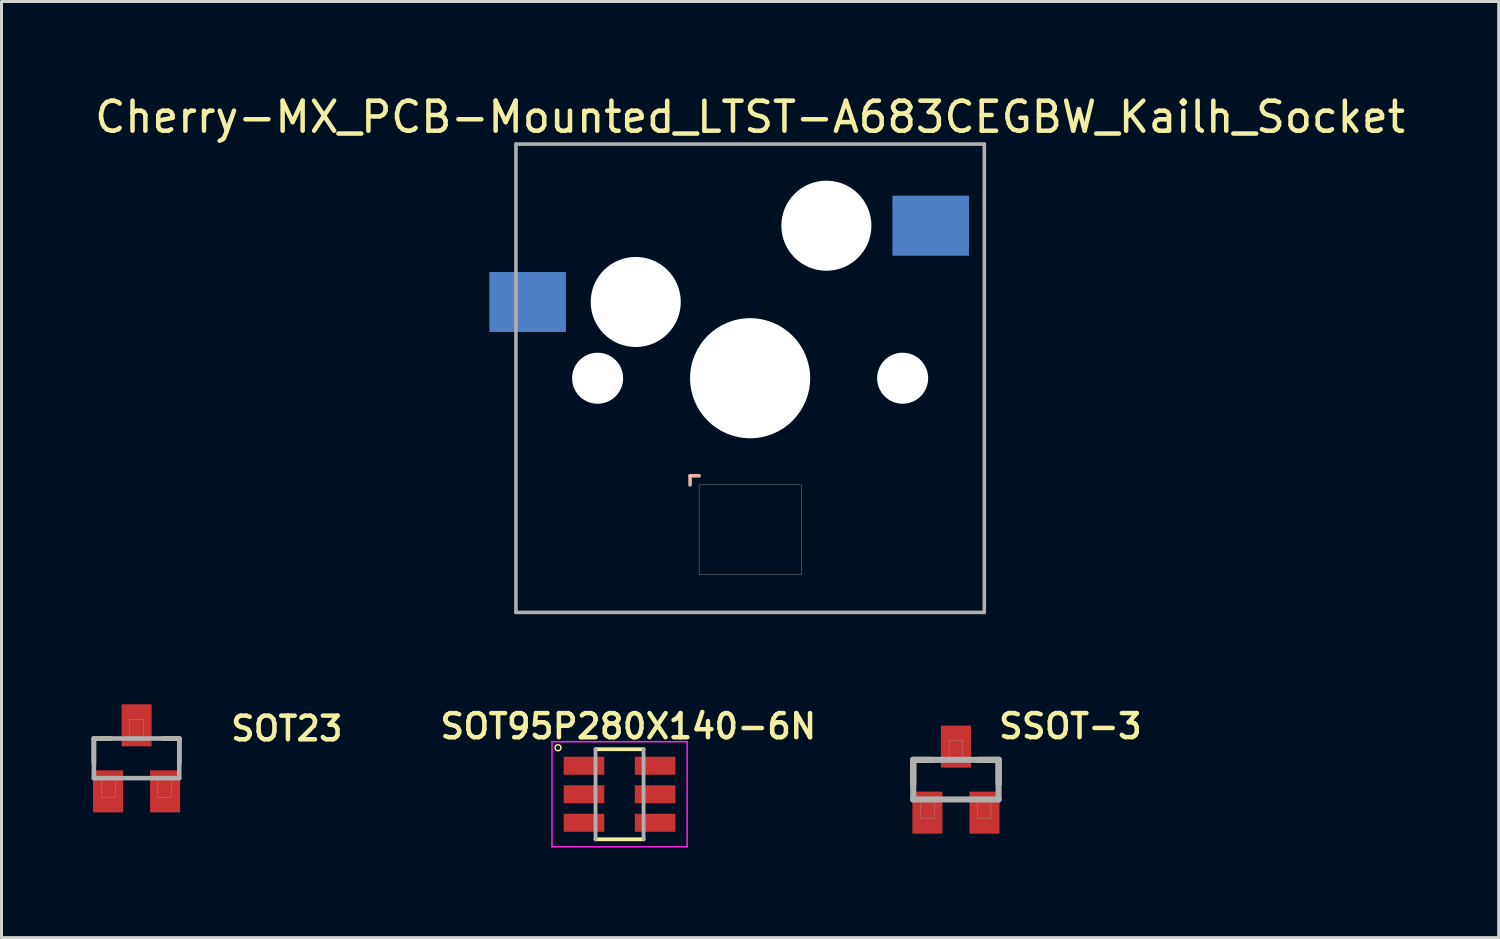
<source format=kicad_pcb>
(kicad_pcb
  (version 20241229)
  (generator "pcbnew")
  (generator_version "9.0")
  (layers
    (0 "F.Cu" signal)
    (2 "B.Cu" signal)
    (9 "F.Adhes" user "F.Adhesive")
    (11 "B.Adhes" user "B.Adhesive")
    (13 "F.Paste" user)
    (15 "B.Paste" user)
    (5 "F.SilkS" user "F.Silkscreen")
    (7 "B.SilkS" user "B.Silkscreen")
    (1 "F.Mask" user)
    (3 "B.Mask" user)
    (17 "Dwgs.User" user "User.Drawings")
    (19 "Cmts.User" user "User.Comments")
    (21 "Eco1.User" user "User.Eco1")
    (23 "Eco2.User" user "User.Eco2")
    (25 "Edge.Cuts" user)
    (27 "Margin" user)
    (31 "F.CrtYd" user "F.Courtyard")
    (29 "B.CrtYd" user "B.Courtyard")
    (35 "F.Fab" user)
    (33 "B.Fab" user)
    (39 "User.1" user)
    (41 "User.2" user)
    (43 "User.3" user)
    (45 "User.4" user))
  (footprint "Cherry-MX_PCB-Mounted_LTST-A683CEGBW_Kailh_Socket"
    (layer "F.Cu")
    (at 21.935 9.548)
    (property "Reference" "Cherry-MX_PCB-Mounted_LTST-A683CEGBW_Kailh_Socket" (at 0 -8.7 0) (layer "F.SilkS") (effects (font (size 1 1) (thickness 0.15))))
    (attr through_hole)
    (fp_line (start -2 3.25) (end -2 3.55) (stroke (width 0.12) (type solid)) (layer "B.SilkS"))
    (fp_line (start -1.7 3.25) (end -2 3.25) (stroke (width 0.12) (type solid)) (layer "B.SilkS"))
    (fp_poly (pts (xy 1.7 6.55) (xy -1.7 6.55) (xy -1.7 3.55) (xy 1.7 3.55)) (stroke (width 0.01) (type solid)) (fill no) (layer "Edge.Cuts"))
    (fp_line (start -7.8 -7.8) (end 7.8 -7.8) (stroke (width 0.12) (type solid)) (layer "F.Fab"))
    (fp_line (start -7.8 7.8) (end -7.8 -7.8) (stroke (width 0.12) (type solid)) (layer "F.Fab"))
    (fp_line (start 7.8 7.8) (end -7.8 7.8) (stroke (width 0.12) (type solid)) (layer "F.Fab"))
    (fp_line (start 7.8 7.8) (end 7.8 -7.8) (stroke (width 0.12) (type solid)) (layer "F.Fab"))
    (pad "" np_thru_hole circle (at -5.08 0) (size 1.7 1.7) (drill 1.7) (layers "*.Cu" "*.Mask"))
    (pad "" np_thru_hole circle (at -3.81 -2.54) (size 3 3) (drill 3) (layers "*.Cu" "*.Mask"))
    (pad "" np_thru_hole circle (at 0 0) (size 4 4) (drill 4) (layers "*.Cu" "*.Mask"))
    (pad "" np_thru_hole circle (at 2.54 -5.08) (size 3 3) (drill 3) (layers "*.Cu" "*.Mask"))
    (pad "" np_thru_hole circle (at 5.08 0) (size 1.7 1.7) (drill 1.7) (layers "*.Cu" "*.Mask"))
    (pad "1" smd rect (at 6.015 -5.08) (size 2.55 2) (layers "B.Cu" "B.Mask" "B.Paste"))
    (pad "2" smd rect (at -7.41 -2.54) (size 2.55 2) (layers "B.Cu" "B.Mask" "B.Paste")))
  (footprint "SSOT-3"
    (layer "F.Cu")
    (at 28.79 22.918)
    (property "Reference" "SSOT-3" (at 3.812 -1.779 0) (layer "F.SilkS") (effects (font (size 0.8 0.8) (thickness 0.15))))
    (attr smd)
    (fp_line (start -1.422 -0.66) (end -0.764 -0.66) (stroke (width 0.203) (type solid)) (layer "F.SilkS"))
    (fp_line (start -1.422 0.152) (end -1.422 -0.66) (stroke (width 0.203) (type solid)) (layer "F.SilkS"))
    (fp_line (start 0.764 -0.66) (end 1.422 -0.66) (stroke (width 0.203) (type solid)) (layer "F.SilkS"))
    (fp_line (start 1.422 -0.66) (end 1.422 0.152) (stroke (width 0.203) (type solid)) (layer "F.SilkS"))
    (fp_line (start -1.422 -0.66) (end 1.422 -0.66) (stroke (width 0.203) (type solid)) (layer "F.Fab"))
    (fp_line (start -1.422 0.66) (end -1.422 -0.66) (stroke (width 0.203) (type solid)) (layer "F.Fab"))
    (fp_line (start 1.422 -0.66) (end 1.422 0.66) (stroke (width 0.203) (type solid)) (layer "F.Fab"))
    (fp_line (start 1.422 0.66) (end -1.422 0.66) (stroke (width 0.203) (type solid)) (layer "F.Fab"))
    (fp_poly (pts (xy -1.169 0.711) (xy -0.711 0.711) (xy -0.711 1.296) (xy -1.169 1.296)) (stroke (width 0.01) (type solid)) (fill no) (layer "F.Fab"))
    (fp_poly (pts (xy -0.229 -1.295) (xy 0.229 -1.295) (xy 0.229 -0.712) (xy -0.229 -0.712)) (stroke (width 0.01) (type solid)) (fill no) (layer "F.Fab"))
    (fp_poly (pts (xy 0.712 0.711) (xy 1.168 0.711) (xy 1.168 1.296) (xy 0.712 1.296)) (stroke (width 0.01) (type solid)) (fill no) (layer "F.Fab"))
    (pad "1" smd rect (at -0.95 1.1) (size 1 1.4) (layers "F.Cu" "F.Mask" "F.Paste"))
    (pad "2" smd rect (at 0.95 1.1) (size 1 1.4) (layers "F.Cu" "F.Mask" "F.Paste"))
    (pad "3" smd rect (at 0 -1.1) (size 1 1.4) (layers "F.Cu" "F.Mask" "F.Paste")))
  (footprint "SOT23"
    (layer "F.Cu")
    (at 1.499 22.208)
    (property "Reference" "SOT23" (at 5.004 -0.991 0) (layer "F.SilkS") (effects (font (size 0.788 0.788) (thickness 0.15))))
    (attr smd)
    (fp_line (start -1.422 -0.66) (end -0.864 -0.66) (stroke (width 0.152) (type solid)) (layer "F.SilkS"))
    (fp_line (start -1.422 0.152) (end -1.422 -0.66) (stroke (width 0.152) (type solid)) (layer "F.SilkS"))
    (fp_line (start 0.864 -0.66) (end 1.422 -0.66) (stroke (width 0.152) (type solid)) (layer "F.SilkS"))
    (fp_line (start 1.422 -0.66) (end 1.422 0.152) (stroke (width 0.152) (type solid)) (layer "F.SilkS"))
    (fp_line (start -1.422 -0.66) (end 1.422 -0.66) (stroke (width 0.152) (type solid)) (layer "F.Fab"))
    (fp_line (start -1.422 0.66) (end -1.422 -0.66) (stroke (width 0.152) (type solid)) (layer "F.Fab"))
    (fp_line (start 1.422 -0.66) (end 1.422 0.66) (stroke (width 0.152) (type solid)) (layer "F.Fab"))
    (fp_line (start 1.422 0.66) (end -1.422 0.66) (stroke (width 0.152) (type solid)) (layer "F.Fab"))
    (fp_poly (pts (xy -1.17 0.711) (xy -0.711 0.711) (xy -0.711 1.297) (xy -1.17 1.297)) (stroke (width 0.01) (type solid)) (fill no) (layer "F.Fab"))
    (fp_poly (pts (xy -0.229 -1.295) (xy 0.229 -1.295) (xy 0.229 -0.712) (xy -0.229 -0.712)) (stroke (width 0.01) (type solid)) (fill no) (layer "F.Fab"))
    (fp_poly (pts (xy 0.711 0.711) (xy 1.168 0.711) (xy 1.168 1.296) (xy 0.711 1.296)) (stroke (width 0.01) (type solid)) (fill no) (layer "F.Fab"))
    (pad "1" smd rect (at -0.95 1.1) (size 1 1.4) (layers "F.Cu" "F.Mask" "F.Paste"))
    (pad "2" smd rect (at 0.95 1.1) (size 1 1.4) (layers "F.Cu" "F.Mask" "F.Paste"))
    (pad "3" smd rect (at 0 -1.1) (size 1 1.4) (layers "F.Cu" "F.Mask" "F.Paste")))
  (footprint "SOT95P280X140-6N"
    (layer "F.Cu")
    (at 17.586 23.405)
    (property "Reference" "SOT95P280X140-6N" (at 0.291 -2.264 0) (layer "F.SilkS") (effects (font (size 0.802 0.802) (thickness 0.15))))
    (attr smd)
    (fp_line (start -0.8 -1.5) (end 0.8 -1.5) (stroke (width 0.127) (type solid)) (layer "F.SilkS"))
    (fp_line (start 0.8 1.5) (end -0.8 1.5) (stroke (width 0.127) (type solid)) (layer "F.SilkS"))
    (fp_circle (center -2.05 -1.55) (end -1.95 -1.55) (stroke (width 0.05) (type solid)) (fill no) (layer "F.SilkS"))
    (fp_line (start -2.25 -1.75) (end 2.25 -1.75) (stroke (width 0.05) (type solid)) (layer "F.CrtYd"))
    (fp_line (start -2.25 1.75) (end -2.25 -1.75) (stroke (width 0.05) (type solid)) (layer "F.CrtYd"))
    (fp_line (start 2.25 -1.75) (end 2.25 1.75) (stroke (width 0.05) (type solid)) (layer "F.CrtYd"))
    (fp_line (start 2.25 1.75) (end -2.25 1.75) (stroke (width 0.05) (type solid)) (layer "F.CrtYd"))
    (fp_line (start -0.8 1.5) (end -0.8 -1.5) (stroke (width 0.127) (type solid)) (layer "F.Fab"))
    (fp_line (start 0.8 -1.5) (end 0.8 1.5) (stroke (width 0.127) (type solid)) (layer "F.Fab"))
    (pad "1" smd rect (at -1.185 -0.95) (size 1.35 0.6) (layers "F.Cu" "F.Mask" "F.Paste"))
    (pad "2" smd rect (at -1.185 0) (size 1.35 0.6) (layers "F.Cu" "F.Mask" "F.Paste"))
    (pad "3" smd rect (at -1.185 0.95) (size 1.35 0.6) (layers "F.Cu" "F.Mask" "F.Paste"))
    (pad "4" smd rect (at 1.185 0.95) (size 1.35 0.6) (layers "F.Cu" "F.Mask" "F.Paste"))
    (pad "5" smd rect (at 1.185 0) (size 1.35 0.6) (layers "F.Cu" "F.Mask" "F.Paste"))
    (pad "6" smd rect (at 1.185 -0.95) (size 1.35 0.6) (layers "F.Cu" "F.Mask" "F.Paste")))
  (gr_rect
    (start -3 -3)
    (end 46.869 28.18)
    (stroke (width 0.1) (type default))
    (fill no)
    (layer "Edge.Cuts")))
</source>
